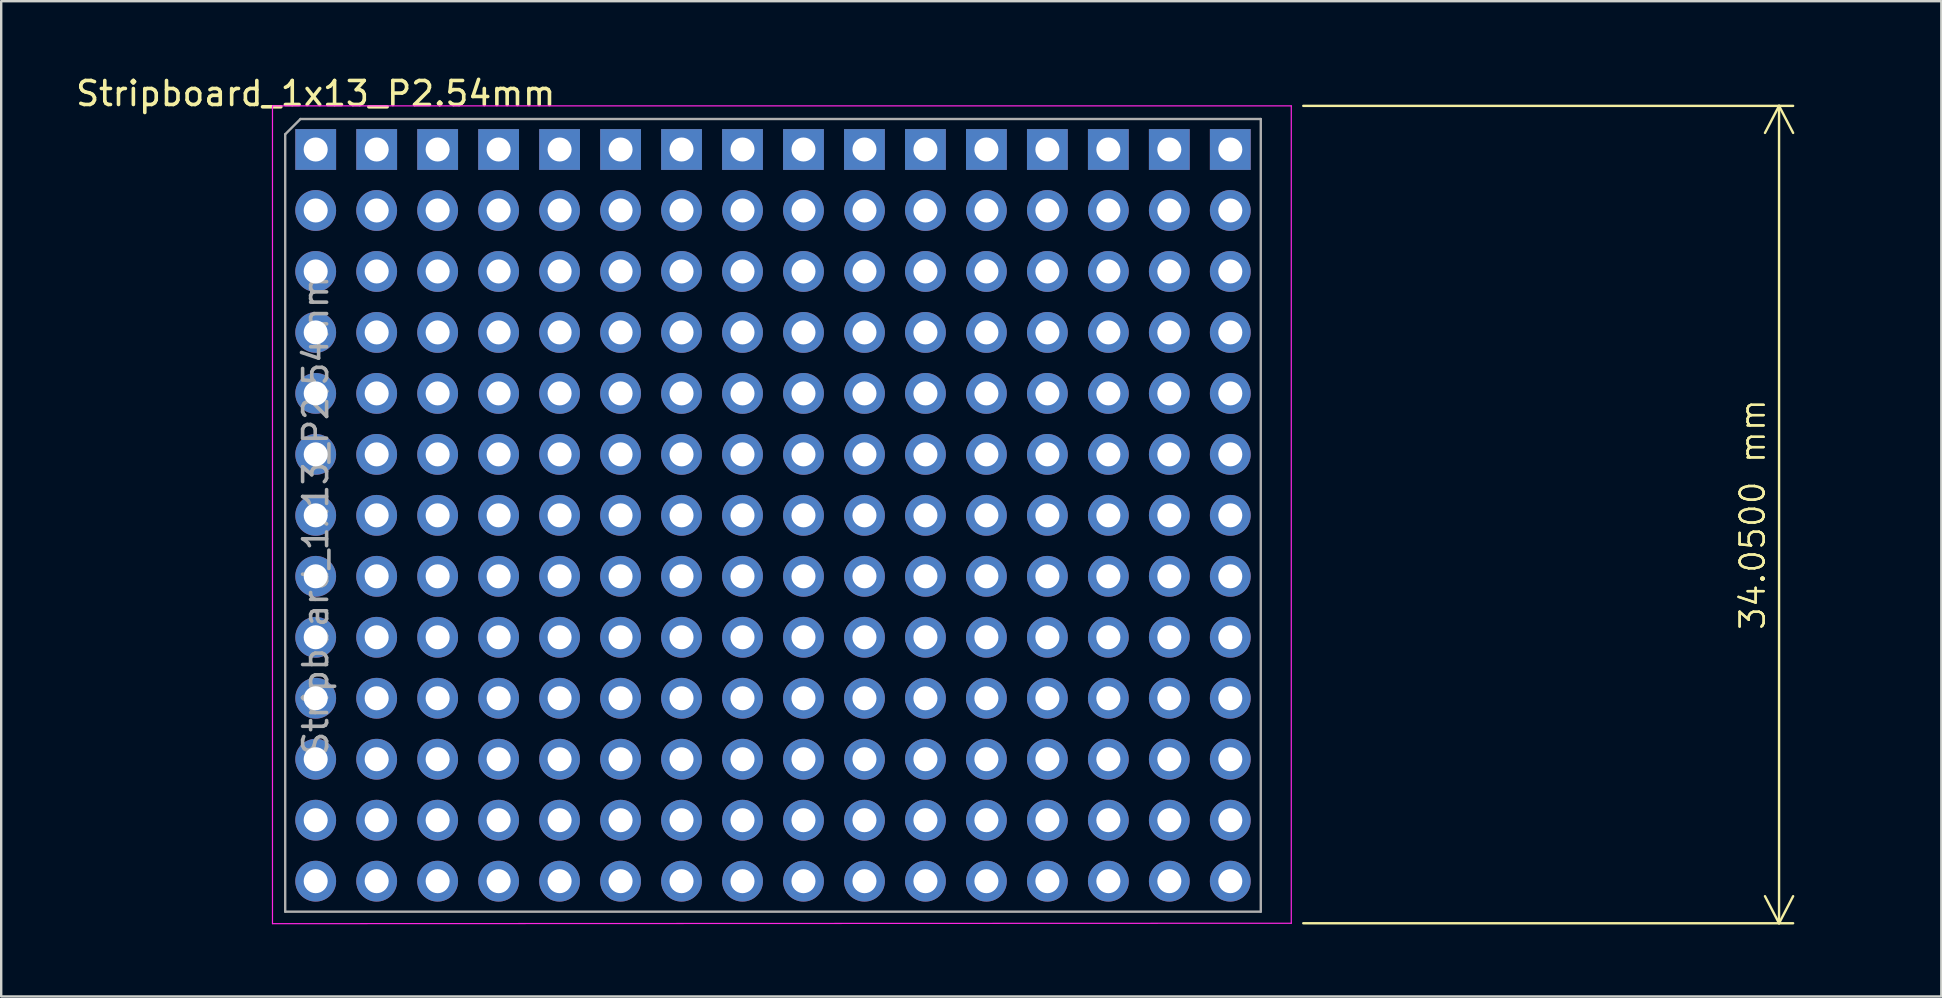
<source format=kicad_pcb>
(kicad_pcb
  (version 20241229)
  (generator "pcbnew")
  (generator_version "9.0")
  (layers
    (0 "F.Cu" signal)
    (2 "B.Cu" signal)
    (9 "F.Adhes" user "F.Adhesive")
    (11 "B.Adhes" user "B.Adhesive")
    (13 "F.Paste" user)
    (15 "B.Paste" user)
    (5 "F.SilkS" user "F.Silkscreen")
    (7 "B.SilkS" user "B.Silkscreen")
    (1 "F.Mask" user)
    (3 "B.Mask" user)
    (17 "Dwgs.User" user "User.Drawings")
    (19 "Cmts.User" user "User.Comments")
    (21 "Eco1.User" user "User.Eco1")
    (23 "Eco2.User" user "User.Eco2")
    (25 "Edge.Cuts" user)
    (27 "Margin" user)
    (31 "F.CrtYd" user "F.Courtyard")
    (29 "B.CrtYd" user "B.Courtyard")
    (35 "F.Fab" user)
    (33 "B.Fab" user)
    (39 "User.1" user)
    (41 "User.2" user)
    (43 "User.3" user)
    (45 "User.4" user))
  (footprint "Stripboard_1x13_P2.54mm"
    (layer "F.Cu")
    (at 10.101 3.178)
    (property "Reference" "Stripboard_1x13_P2.54mm" (at 0 -2.33 0) (layer "F.SilkS") (effects (font (size 1 1) (thickness 0.15))))
    (attr through_hole)
    (fp_line (start -1.8 -1.8) (end -1.8 32.25) (stroke (width 0.05) (type solid)) (layer "F.CrtYd"))
    (fp_line (start -1.8 32.25) (end 40.64 32.232) (stroke (width 0.05) (type solid)) (layer "F.CrtYd"))
    (fp_line (start 40.64 -1.818) (end -1.8 -1.818) (stroke (width 0.05) (type solid)) (layer "F.CrtYd"))
    (fp_line (start 40.64 32.232) (end 40.64 -1.818) (stroke (width 0.05) (type solid)) (layer "F.CrtYd"))
    (fp_line (start -1.27 -0.635) (end -0.635 -1.27) (stroke (width 0.1) (type solid)) (layer "F.Fab"))
    (fp_line (start -1.27 31.75) (end -1.27 -0.635) (stroke (width 0.1) (type solid)) (layer "F.Fab"))
    (fp_line (start -0.635 -1.27) (end 39.37 -1.27) (stroke (width 0.1) (type solid)) (layer "F.Fab"))
    (fp_line (start 39.37 -1.27) (end 39.37 31.75) (stroke (width 0.1) (type solid)) (layer "F.Fab"))
    (fp_line (start 39.37 31.75) (end -1.27 31.75) (stroke (width 0.1) (type solid)) (layer "F.Fab"))
    (fp_text user "${REFERENCE}" (at 0 15.24 90) (layer "F.Fab") (effects (font (size 1 1) (thickness 0.15))))
    (dimension (type aligned) (layer "F.SilkS") (pts (xy 50.741 1.36) (xy 50.741 35.41)) (height -20.32) (format (prefix "") (suffix "") (units 3) (units_format 1) (precision 4)) (style (thickness 0.1) (arrow_length 1.27) (text_position_mode 0) (arrow_direction outward) (extension_height 0.586) (extension_offset 0.5) (keep_text_aligned yes)) (gr_text "34.0500 mm" (at 69.961 18.385 90) (layer "F.SilkS") (effects (font (size 1 1) (thickness 0.1)))))
    (pad "1" thru_hole rect (at 0 0) (size 1.7 1.7) (drill 1) (layers "*.Cu" "*.Mask"))
    (pad "1" thru_hole rect (at 2.54 0) (size 1.7 1.7) (drill 1) (layers "*.Cu" "*.Mask"))
    (pad "1" thru_hole rect (at 5.08 0) (size 1.7 1.7) (drill 1) (layers "*.Cu" "*.Mask"))
    (pad "1" thru_hole rect (at 7.62 0) (size 1.7 1.7) (drill 1) (layers "*.Cu" "*.Mask"))
    (pad "1" thru_hole rect (at 10.16 0) (size 1.7 1.7) (drill 1) (layers "*.Cu" "*.Mask"))
    (pad "1" thru_hole rect (at 12.7 0) (size 1.7 1.7) (drill 1) (layers "*.Cu" "*.Mask"))
    (pad "1" thru_hole rect (at 15.24 0) (size 1.7 1.7) (drill 1) (layers "*.Cu" "*.Mask"))
    (pad "1" thru_hole rect (at 17.78 0) (size 1.7 1.7) (drill 1) (layers "*.Cu" "*.Mask"))
    (pad "1" thru_hole rect (at 20.32 0) (size 1.7 1.7) (drill 1) (layers "*.Cu" "*.Mask"))
    (pad "1" thru_hole rect (at 22.86 0) (size 1.7 1.7) (drill 1) (layers "*.Cu" "*.Mask"))
    (pad "1" thru_hole rect (at 25.4 0) (size 1.7 1.7) (drill 1) (layers "*.Cu" "*.Mask"))
    (pad "1" thru_hole rect (at 27.94 0) (size 1.7 1.7) (drill 1) (layers "*.Cu" "*.Mask"))
    (pad "1" thru_hole rect (at 30.48 0) (size 1.7 1.7) (drill 1) (layers "*.Cu" "*.Mask"))
    (pad "1" thru_hole rect (at 33.02 0) (size 1.7 1.7) (drill 1) (layers "*.Cu" "*.Mask"))
    (pad "1" thru_hole rect (at 35.56 0) (size 1.7 1.7) (drill 1) (layers "*.Cu" "*.Mask"))
    (pad "1" thru_hole rect (at 38.1 0) (size 1.7 1.7) (drill 1) (layers "*.Cu" "*.Mask"))
    (pad "2" thru_hole oval (at 0 2.54) (size 1.7 1.7) (drill 1) (layers "*.Cu" "*.Mask"))
    (pad "2" thru_hole oval (at 2.54 2.54) (size 1.7 1.7) (drill 1) (layers "*.Cu" "*.Mask"))
    (pad "2" thru_hole oval (at 5.08 2.54) (size 1.7 1.7) (drill 1) (layers "*.Cu" "*.Mask"))
    (pad "2" thru_hole oval (at 7.62 2.54) (size 1.7 1.7) (drill 1) (layers "*.Cu" "*.Mask"))
    (pad "2" thru_hole oval (at 10.16 2.54) (size 1.7 1.7) (drill 1) (layers "*.Cu" "*.Mask"))
    (pad "2" thru_hole oval (at 12.7 2.54) (size 1.7 1.7) (drill 1) (layers "*.Cu" "*.Mask"))
    (pad "2" thru_hole oval (at 15.24 2.54) (size 1.7 1.7) (drill 1) (layers "*.Cu" "*.Mask"))
    (pad "2" thru_hole oval (at 17.78 2.54) (size 1.7 1.7) (drill 1) (layers "*.Cu" "*.Mask"))
    (pad "2" thru_hole oval (at 20.32 2.54) (size 1.7 1.7) (drill 1) (layers "*.Cu" "*.Mask"))
    (pad "2" thru_hole oval (at 22.86 2.54) (size 1.7 1.7) (drill 1) (layers "*.Cu" "*.Mask"))
    (pad "2" thru_hole oval (at 25.4 2.54) (size 1.7 1.7) (drill 1) (layers "*.Cu" "*.Mask"))
    (pad "2" thru_hole oval (at 27.94 2.54) (size 1.7 1.7) (drill 1) (layers "*.Cu" "*.Mask"))
    (pad "2" thru_hole oval (at 30.48 2.54) (size 1.7 1.7) (drill 1) (layers "*.Cu" "*.Mask"))
    (pad "2" thru_hole oval (at 33.02 2.54) (size 1.7 1.7) (drill 1) (layers "*.Cu" "*.Mask"))
    (pad "2" thru_hole oval (at 35.56 2.54) (size 1.7 1.7) (drill 1) (layers "*.Cu" "*.Mask"))
    (pad "2" thru_hole oval (at 38.1 2.54) (size 1.7 1.7) (drill 1) (layers "*.Cu" "*.Mask"))
    (pad "3" thru_hole oval (at 0 5.08) (size 1.7 1.7) (drill 1) (layers "*.Cu" "*.Mask"))
    (pad "3" thru_hole oval (at 2.54 5.08) (size 1.7 1.7) (drill 1) (layers "*.Cu" "*.Mask"))
    (pad "3" thru_hole oval (at 5.08 5.08) (size 1.7 1.7) (drill 1) (layers "*.Cu" "*.Mask"))
    (pad "3" thru_hole oval (at 7.62 5.08) (size 1.7 1.7) (drill 1) (layers "*.Cu" "*.Mask"))
    (pad "3" thru_hole oval (at 10.16 5.08) (size 1.7 1.7) (drill 1) (layers "*.Cu" "*.Mask"))
    (pad "3" thru_hole oval (at 12.7 5.08) (size 1.7 1.7) (drill 1) (layers "*.Cu" "*.Mask"))
    (pad "3" thru_hole oval (at 15.24 5.08) (size 1.7 1.7) (drill 1) (layers "*.Cu" "*.Mask"))
    (pad "3" thru_hole oval (at 17.78 5.08) (size 1.7 1.7) (drill 1) (layers "*.Cu" "*.Mask"))
    (pad "3" thru_hole oval (at 20.32 5.08) (size 1.7 1.7) (drill 1) (layers "*.Cu" "*.Mask"))
    (pad "3" thru_hole oval (at 22.86 5.08) (size 1.7 1.7) (drill 1) (layers "*.Cu" "*.Mask"))
    (pad "3" thru_hole oval (at 25.4 5.08) (size 1.7 1.7) (drill 1) (layers "*.Cu" "*.Mask"))
    (pad "3" thru_hole oval (at 27.94 5.08) (size 1.7 1.7) (drill 1) (layers "*.Cu" "*.Mask"))
    (pad "3" thru_hole oval (at 30.48 5.08) (size 1.7 1.7) (drill 1) (layers "*.Cu" "*.Mask"))
    (pad "3" thru_hole oval (at 33.02 5.08) (size 1.7 1.7) (drill 1) (layers "*.Cu" "*.Mask"))
    (pad "3" thru_hole oval (at 35.56 5.08) (size 1.7 1.7) (drill 1) (layers "*.Cu" "*.Mask"))
    (pad "3" thru_hole oval (at 38.1 5.08) (size 1.7 1.7) (drill 1) (layers "*.Cu" "*.Mask"))
    (pad "4" thru_hole oval (at 0 7.62) (size 1.7 1.7) (drill 1) (layers "*.Cu" "*.Mask"))
    (pad "4" thru_hole oval (at 2.54 7.62) (size 1.7 1.7) (drill 1) (layers "*.Cu" "*.Mask"))
    (pad "4" thru_hole oval (at 5.08 7.62) (size 1.7 1.7) (drill 1) (layers "*.Cu" "*.Mask"))
    (pad "4" thru_hole oval (at 7.62 7.62) (size 1.7 1.7) (drill 1) (layers "*.Cu" "*.Mask"))
    (pad "4" thru_hole oval (at 10.16 7.62) (size 1.7 1.7) (drill 1) (layers "*.Cu" "*.Mask"))
    (pad "4" thru_hole oval (at 12.7 7.62) (size 1.7 1.7) (drill 1) (layers "*.Cu" "*.Mask"))
    (pad "4" thru_hole oval (at 15.24 7.62) (size 1.7 1.7) (drill 1) (layers "*.Cu" "*.Mask"))
    (pad "4" thru_hole oval (at 17.78 7.62) (size 1.7 1.7) (drill 1) (layers "*.Cu" "*.Mask"))
    (pad "4" thru_hole oval (at 20.32 7.62) (size 1.7 1.7) (drill 1) (layers "*.Cu" "*.Mask"))
    (pad "4" thru_hole oval (at 22.86 7.62) (size 1.7 1.7) (drill 1) (layers "*.Cu" "*.Mask"))
    (pad "4" thru_hole oval (at 25.4 7.62) (size 1.7 1.7) (drill 1) (layers "*.Cu" "*.Mask"))
    (pad "4" thru_hole oval (at 27.94 7.62) (size 1.7 1.7) (drill 1) (layers "*.Cu" "*.Mask"))
    (pad "4" thru_hole oval (at 30.48 7.62) (size 1.7 1.7) (drill 1) (layers "*.Cu" "*.Mask"))
    (pad "4" thru_hole oval (at 33.02 7.62) (size 1.7 1.7) (drill 1) (layers "*.Cu" "*.Mask"))
    (pad "4" thru_hole oval (at 35.56 7.62) (size 1.7 1.7) (drill 1) (layers "*.Cu" "*.Mask"))
    (pad "4" thru_hole oval (at 38.1 7.62) (size 1.7 1.7) (drill 1) (layers "*.Cu" "*.Mask"))
    (pad "5" thru_hole oval (at 0 10.16) (size 1.7 1.7) (drill 1) (layers "*.Cu" "*.Mask"))
    (pad "5" thru_hole oval (at 2.54 10.16) (size 1.7 1.7) (drill 1) (layers "*.Cu" "*.Mask"))
    (pad "5" thru_hole oval (at 5.08 10.16) (size 1.7 1.7) (drill 1) (layers "*.Cu" "*.Mask"))
    (pad "5" thru_hole oval (at 7.62 10.16) (size 1.7 1.7) (drill 1) (layers "*.Cu" "*.Mask"))
    (pad "5" thru_hole oval (at 10.16 10.16) (size 1.7 1.7) (drill 1) (layers "*.Cu" "*.Mask"))
    (pad "5" thru_hole oval (at 12.7 10.16) (size 1.7 1.7) (drill 1) (layers "*.Cu" "*.Mask"))
    (pad "5" thru_hole oval (at 15.24 10.16) (size 1.7 1.7) (drill 1) (layers "*.Cu" "*.Mask"))
    (pad "5" thru_hole oval (at 17.78 10.16) (size 1.7 1.7) (drill 1) (layers "*.Cu" "*.Mask"))
    (pad "5" thru_hole oval (at 20.32 10.16) (size 1.7 1.7) (drill 1) (layers "*.Cu" "*.Mask"))
    (pad "5" thru_hole oval (at 22.86 10.16) (size 1.7 1.7) (drill 1) (layers "*.Cu" "*.Mask"))
    (pad "5" thru_hole oval (at 25.4 10.16) (size 1.7 1.7) (drill 1) (layers "*.Cu" "*.Mask"))
    (pad "5" thru_hole oval (at 27.94 10.16) (size 1.7 1.7) (drill 1) (layers "*.Cu" "*.Mask"))
    (pad "5" thru_hole oval (at 30.48 10.16) (size 1.7 1.7) (drill 1) (layers "*.Cu" "*.Mask"))
    (pad "5" thru_hole oval (at 33.02 10.16) (size 1.7 1.7) (drill 1) (layers "*.Cu" "*.Mask"))
    (pad "5" thru_hole oval (at 35.56 10.16) (size 1.7 1.7) (drill 1) (layers "*.Cu" "*.Mask"))
    (pad "5" thru_hole oval (at 38.1 10.16) (size 1.7 1.7) (drill 1) (layers "*.Cu" "*.Mask"))
    (pad "6" thru_hole oval (at 0 12.7) (size 1.7 1.7) (drill 1) (layers "*.Cu" "*.Mask"))
    (pad "6" thru_hole oval (at 2.54 12.7) (size 1.7 1.7) (drill 1) (layers "*.Cu" "*.Mask"))
    (pad "6" thru_hole oval (at 5.08 12.7) (size 1.7 1.7) (drill 1) (layers "*.Cu" "*.Mask"))
    (pad "6" thru_hole oval (at 7.62 12.7) (size 1.7 1.7) (drill 1) (layers "*.Cu" "*.Mask"))
    (pad "6" thru_hole oval (at 10.16 12.7) (size 1.7 1.7) (drill 1) (layers "*.Cu" "*.Mask"))
    (pad "6" thru_hole oval (at 12.7 12.7) (size 1.7 1.7) (drill 1) (layers "*.Cu" "*.Mask"))
    (pad "6" thru_hole oval (at 15.24 12.7) (size 1.7 1.7) (drill 1) (layers "*.Cu" "*.Mask"))
    (pad "6" thru_hole oval (at 17.78 12.7) (size 1.7 1.7) (drill 1) (layers "*.Cu" "*.Mask"))
    (pad "6" thru_hole oval (at 20.32 12.7) (size 1.7 1.7) (drill 1) (layers "*.Cu" "*.Mask"))
    (pad "6" thru_hole oval (at 22.86 12.7) (size 1.7 1.7) (drill 1) (layers "*.Cu" "*.Mask"))
    (pad "6" thru_hole oval (at 25.4 12.7) (size 1.7 1.7) (drill 1) (layers "*.Cu" "*.Mask"))
    (pad "6" thru_hole oval (at 27.94 12.7) (size 1.7 1.7) (drill 1) (layers "*.Cu" "*.Mask"))
    (pad "6" thru_hole oval (at 30.48 12.7) (size 1.7 1.7) (drill 1) (layers "*.Cu" "*.Mask"))
    (pad "6" thru_hole oval (at 33.02 12.7) (size 1.7 1.7) (drill 1) (layers "*.Cu" "*.Mask"))
    (pad "6" thru_hole oval (at 35.56 12.7) (size 1.7 1.7) (drill 1) (layers "*.Cu" "*.Mask"))
    (pad "6" thru_hole oval (at 38.1 12.7) (size 1.7 1.7) (drill 1) (layers "*.Cu" "*.Mask"))
    (pad "7" thru_hole oval (at 0 15.24) (size 1.7 1.7) (drill 1) (layers "*.Cu" "*.Mask"))
    (pad "7" thru_hole oval (at 2.54 15.24) (size 1.7 1.7) (drill 1) (layers "*.Cu" "*.Mask"))
    (pad "7" thru_hole oval (at 5.08 15.24) (size 1.7 1.7) (drill 1) (layers "*.Cu" "*.Mask"))
    (pad "7" thru_hole oval (at 7.62 15.24) (size 1.7 1.7) (drill 1) (layers "*.Cu" "*.Mask"))
    (pad "7" thru_hole oval (at 10.16 15.24) (size 1.7 1.7) (drill 1) (layers "*.Cu" "*.Mask"))
    (pad "7" thru_hole oval (at 12.7 15.24) (size 1.7 1.7) (drill 1) (layers "*.Cu" "*.Mask"))
    (pad "7" thru_hole oval (at 15.24 15.24) (size 1.7 1.7) (drill 1) (layers "*.Cu" "*.Mask"))
    (pad "7" thru_hole oval (at 17.78 15.24) (size 1.7 1.7) (drill 1) (layers "*.Cu" "*.Mask"))
    (pad "7" thru_hole oval (at 20.32 15.24) (size 1.7 1.7) (drill 1) (layers "*.Cu" "*.Mask"))
    (pad "7" thru_hole oval (at 22.86 15.24) (size 1.7 1.7) (drill 1) (layers "*.Cu" "*.Mask"))
    (pad "7" thru_hole oval (at 25.4 15.24) (size 1.7 1.7) (drill 1) (layers "*.Cu" "*.Mask"))
    (pad "7" thru_hole oval (at 27.94 15.24) (size 1.7 1.7) (drill 1) (layers "*.Cu" "*.Mask"))
    (pad "7" thru_hole oval (at 30.48 15.24) (size 1.7 1.7) (drill 1) (layers "*.Cu" "*.Mask"))
    (pad "7" thru_hole oval (at 33.02 15.24) (size 1.7 1.7) (drill 1) (layers "*.Cu" "*.Mask"))
    (pad "7" thru_hole oval (at 35.56 15.24) (size 1.7 1.7) (drill 1) (layers "*.Cu" "*.Mask"))
    (pad "7" thru_hole oval (at 38.1 15.24) (size 1.7 1.7) (drill 1) (layers "*.Cu" "*.Mask"))
    (pad "8" thru_hole oval (at 0 17.78) (size 1.7 1.7) (drill 1) (layers "*.Cu" "*.Mask"))
    (pad "8" thru_hole oval (at 2.54 17.78) (size 1.7 1.7) (drill 1) (layers "*.Cu" "*.Mask"))
    (pad "8" thru_hole oval (at 5.08 17.78) (size 1.7 1.7) (drill 1) (layers "*.Cu" "*.Mask"))
    (pad "8" thru_hole oval (at 7.62 17.78) (size 1.7 1.7) (drill 1) (layers "*.Cu" "*.Mask"))
    (pad "8" thru_hole oval (at 10.16 17.78) (size 1.7 1.7) (drill 1) (layers "*.Cu" "*.Mask"))
    (pad "8" thru_hole oval (at 12.7 17.78) (size 1.7 1.7) (drill 1) (layers "*.Cu" "*.Mask"))
    (pad "8" thru_hole oval (at 15.24 17.78) (size 1.7 1.7) (drill 1) (layers "*.Cu" "*.Mask"))
    (pad "8" thru_hole oval (at 17.78 17.78) (size 1.7 1.7) (drill 1) (layers "*.Cu" "*.Mask"))
    (pad "8" thru_hole oval (at 20.32 17.78) (size 1.7 1.7) (drill 1) (layers "*.Cu" "*.Mask"))
    (pad "8" thru_hole oval (at 22.86 17.78) (size 1.7 1.7) (drill 1) (layers "*.Cu" "*.Mask"))
    (pad "8" thru_hole oval (at 25.4 17.78) (size 1.7 1.7) (drill 1) (layers "*.Cu" "*.Mask"))
    (pad "8" thru_hole oval (at 27.94 17.78) (size 1.7 1.7) (drill 1) (layers "*.Cu" "*.Mask"))
    (pad "8" thru_hole oval (at 30.48 17.78) (size 1.7 1.7) (drill 1) (layers "*.Cu" "*.Mask"))
    (pad "8" thru_hole oval (at 33.02 17.78) (size 1.7 1.7) (drill 1) (layers "*.Cu" "*.Mask"))
    (pad "8" thru_hole oval (at 35.56 17.78) (size 1.7 1.7) (drill 1) (layers "*.Cu" "*.Mask"))
    (pad "8" thru_hole oval (at 38.1 17.78) (size 1.7 1.7) (drill 1) (layers "*.Cu" "*.Mask"))
    (pad "9" thru_hole oval (at 0 20.32) (size 1.7 1.7) (drill 1) (layers "*.Cu" "*.Mask"))
    (pad "9" thru_hole oval (at 2.54 20.32) (size 1.7 1.7) (drill 1) (layers "*.Cu" "*.Mask"))
    (pad "9" thru_hole oval (at 5.08 20.32) (size 1.7 1.7) (drill 1) (layers "*.Cu" "*.Mask"))
    (pad "9" thru_hole oval (at 7.62 20.32) (size 1.7 1.7) (drill 1) (layers "*.Cu" "*.Mask"))
    (pad "9" thru_hole oval (at 10.16 20.32) (size 1.7 1.7) (drill 1) (layers "*.Cu" "*.Mask"))
    (pad "9" thru_hole oval (at 12.7 20.32) (size 1.7 1.7) (drill 1) (layers "*.Cu" "*.Mask"))
    (pad "9" thru_hole oval (at 15.24 20.32) (size 1.7 1.7) (drill 1) (layers "*.Cu" "*.Mask"))
    (pad "9" thru_hole oval (at 17.78 20.32) (size 1.7 1.7) (drill 1) (layers "*.Cu" "*.Mask"))
    (pad "9" thru_hole oval (at 20.32 20.32) (size 1.7 1.7) (drill 1) (layers "*.Cu" "*.Mask"))
    (pad "9" thru_hole oval (at 22.86 20.32) (size 1.7 1.7) (drill 1) (layers "*.Cu" "*.Mask"))
    (pad "9" thru_hole oval (at 25.4 20.32) (size 1.7 1.7) (drill 1) (layers "*.Cu" "*.Mask"))
    (pad "9" thru_hole oval (at 27.94 20.32) (size 1.7 1.7) (drill 1) (layers "*.Cu" "*.Mask"))
    (pad "9" thru_hole oval (at 30.48 20.32) (size 1.7 1.7) (drill 1) (layers "*.Cu" "*.Mask"))
    (pad "9" thru_hole oval (at 33.02 20.32) (size 1.7 1.7) (drill 1) (layers "*.Cu" "*.Mask"))
    (pad "9" thru_hole oval (at 35.56 20.32) (size 1.7 1.7) (drill 1) (layers "*.Cu" "*.Mask"))
    (pad "9" thru_hole oval (at 38.1 20.32) (size 1.7 1.7) (drill 1) (layers "*.Cu" "*.Mask"))
    (pad "10" thru_hole oval (at 0 22.86) (size 1.7 1.7) (drill 1) (layers "*.Cu" "*.Mask"))
    (pad "10" thru_hole oval (at 2.54 22.86) (size 1.7 1.7) (drill 1) (layers "*.Cu" "*.Mask"))
    (pad "10" thru_hole oval (at 5.08 22.86) (size 1.7 1.7) (drill 1) (layers "*.Cu" "*.Mask"))
    (pad "10" thru_hole oval (at 7.62 22.86) (size 1.7 1.7) (drill 1) (layers "*.Cu" "*.Mask"))
    (pad "10" thru_hole oval (at 10.16 22.86) (size 1.7 1.7) (drill 1) (layers "*.Cu" "*.Mask"))
    (pad "10" thru_hole oval (at 12.7 22.86) (size 1.7 1.7) (drill 1) (layers "*.Cu" "*.Mask"))
    (pad "10" thru_hole oval (at 15.24 22.86) (size 1.7 1.7) (drill 1) (layers "*.Cu" "*.Mask"))
    (pad "10" thru_hole oval (at 17.78 22.86) (size 1.7 1.7) (drill 1) (layers "*.Cu" "*.Mask"))
    (pad "10" thru_hole oval (at 20.32 22.86) (size 1.7 1.7) (drill 1) (layers "*.Cu" "*.Mask"))
    (pad "10" thru_hole oval (at 22.86 22.86) (size 1.7 1.7) (drill 1) (layers "*.Cu" "*.Mask"))
    (pad "10" thru_hole oval (at 25.4 22.86) (size 1.7 1.7) (drill 1) (layers "*.Cu" "*.Mask"))
    (pad "10" thru_hole oval (at 27.94 22.86) (size 1.7 1.7) (drill 1) (layers "*.Cu" "*.Mask"))
    (pad "10" thru_hole oval (at 30.48 22.86) (size 1.7 1.7) (drill 1) (layers "*.Cu" "*.Mask"))
    (pad "10" thru_hole oval (at 33.02 22.86) (size 1.7 1.7) (drill 1) (layers "*.Cu" "*.Mask"))
    (pad "10" thru_hole oval (at 35.56 22.86) (size 1.7 1.7) (drill 1) (layers "*.Cu" "*.Mask"))
    (pad "10" thru_hole oval (at 38.1 22.86) (size 1.7 1.7) (drill 1) (layers "*.Cu" "*.Mask"))
    (pad "11" thru_hole oval (at 0 25.4) (size 1.7 1.7) (drill 1) (layers "*.Cu" "*.Mask"))
    (pad "11" thru_hole oval (at 2.54 25.4) (size 1.7 1.7) (drill 1) (layers "*.Cu" "*.Mask"))
    (pad "11" thru_hole oval (at 5.08 25.4) (size 1.7 1.7) (drill 1) (layers "*.Cu" "*.Mask"))
    (pad "11" thru_hole oval (at 7.62 25.4) (size 1.7 1.7) (drill 1) (layers "*.Cu" "*.Mask"))
    (pad "11" thru_hole oval (at 10.16 25.4) (size 1.7 1.7) (drill 1) (layers "*.Cu" "*.Mask"))
    (pad "11" thru_hole oval (at 12.7 25.4) (size 1.7 1.7) (drill 1) (layers "*.Cu" "*.Mask"))
    (pad "11" thru_hole oval (at 15.24 25.4) (size 1.7 1.7) (drill 1) (layers "*.Cu" "*.Mask"))
    (pad "11" thru_hole oval (at 17.78 25.4) (size 1.7 1.7) (drill 1) (layers "*.Cu" "*.Mask"))
    (pad "11" thru_hole oval (at 20.32 25.4) (size 1.7 1.7) (drill 1) (layers "*.Cu" "*.Mask"))
    (pad "11" thru_hole oval (at 22.86 25.4) (size 1.7 1.7) (drill 1) (layers "*.Cu" "*.Mask"))
    (pad "11" thru_hole oval (at 25.4 25.4) (size 1.7 1.7) (drill 1) (layers "*.Cu" "*.Mask"))
    (pad "11" thru_hole oval (at 27.94 25.4) (size 1.7 1.7) (drill 1) (layers "*.Cu" "*.Mask"))
    (pad "11" thru_hole oval (at 30.48 25.4) (size 1.7 1.7) (drill 1) (layers "*.Cu" "*.Mask"))
    (pad "11" thru_hole oval (at 33.02 25.4) (size 1.7 1.7) (drill 1) (layers "*.Cu" "*.Mask"))
    (pad "11" thru_hole oval (at 35.56 25.4) (size 1.7 1.7) (drill 1) (layers "*.Cu" "*.Mask"))
    (pad "11" thru_hole oval (at 38.1 25.4) (size 1.7 1.7) (drill 1) (layers "*.Cu" "*.Mask"))
    (pad "12" thru_hole oval (at 0 27.94) (size 1.7 1.7) (drill 1) (layers "*.Cu" "*.Mask"))
    (pad "12" thru_hole oval (at 2.54 27.94) (size 1.7 1.7) (drill 1) (layers "*.Cu" "*.Mask"))
    (pad "12" thru_hole oval (at 5.08 27.94) (size 1.7 1.7) (drill 1) (layers "*.Cu" "*.Mask"))
    (pad "12" thru_hole oval (at 7.62 27.94) (size 1.7 1.7) (drill 1) (layers "*.Cu" "*.Mask"))
    (pad "12" thru_hole oval (at 10.16 27.94) (size 1.7 1.7) (drill 1) (layers "*.Cu" "*.Mask"))
    (pad "12" thru_hole oval (at 12.7 27.94) (size 1.7 1.7) (drill 1) (layers "*.Cu" "*.Mask"))
    (pad "12" thru_hole oval (at 15.24 27.94) (size 1.7 1.7) (drill 1) (layers "*.Cu" "*.Mask"))
    (pad "12" thru_hole oval (at 17.78 27.94) (size 1.7 1.7) (drill 1) (layers "*.Cu" "*.Mask"))
    (pad "12" thru_hole oval (at 20.32 27.94) (size 1.7 1.7) (drill 1) (layers "*.Cu" "*.Mask"))
    (pad "12" thru_hole oval (at 22.86 27.94) (size 1.7 1.7) (drill 1) (layers "*.Cu" "*.Mask"))
    (pad "12" thru_hole oval (at 25.4 27.94) (size 1.7 1.7) (drill 1) (layers "*.Cu" "*.Mask"))
    (pad "12" thru_hole oval (at 27.94 27.94) (size 1.7 1.7) (drill 1) (layers "*.Cu" "*.Mask"))
    (pad "12" thru_hole oval (at 30.48 27.94) (size 1.7 1.7) (drill 1) (layers "*.Cu" "*.Mask"))
    (pad "12" thru_hole oval (at 33.02 27.94) (size 1.7 1.7) (drill 1) (layers "*.Cu" "*.Mask"))
    (pad "12" thru_hole oval (at 35.56 27.94) (size 1.7 1.7) (drill 1) (layers "*.Cu" "*.Mask"))
    (pad "12" thru_hole oval (at 38.1 27.94) (size 1.7 1.7) (drill 1) (layers "*.Cu" "*.Mask"))
    (pad "13" thru_hole oval (at 0 30.48) (size 1.7 1.7) (drill 1) (layers "*.Cu" "*.Mask"))
    (pad "13" thru_hole oval (at 2.54 30.48) (size 1.7 1.7) (drill 1) (layers "*.Cu" "*.Mask"))
    (pad "13" thru_hole oval (at 5.08 30.48) (size 1.7 1.7) (drill 1) (layers "*.Cu" "*.Mask"))
    (pad "13" thru_hole oval (at 7.62 30.48) (size 1.7 1.7) (drill 1) (layers "*.Cu" "*.Mask"))
    (pad "13" thru_hole oval (at 10.16 30.48) (size 1.7 1.7) (drill 1) (layers "*.Cu" "*.Mask"))
    (pad "13" thru_hole oval (at 12.7 30.48) (size 1.7 1.7) (drill 1) (layers "*.Cu" "*.Mask"))
    (pad "13" thru_hole oval (at 15.24 30.48) (size 1.7 1.7) (drill 1) (layers "*.Cu" "*.Mask"))
    (pad "13" thru_hole oval (at 17.78 30.48) (size 1.7 1.7) (drill 1) (layers "*.Cu" "*.Mask"))
    (pad "13" thru_hole oval (at 20.32 30.48) (size 1.7 1.7) (drill 1) (layers "*.Cu" "*.Mask"))
    (pad "13" thru_hole oval (at 22.86 30.48) (size 1.7 1.7) (drill 1) (layers "*.Cu" "*.Mask"))
    (pad "13" thru_hole oval (at 25.4 30.48) (size 1.7 1.7) (drill 1) (layers "*.Cu" "*.Mask"))
    (pad "13" thru_hole oval (at 27.94 30.48) (size 1.7 1.7) (drill 1) (layers "*.Cu" "*.Mask"))
    (pad "13" thru_hole oval (at 30.48 30.48) (size 1.7 1.7) (drill 1) (layers "*.Cu" "*.Mask"))
    (pad "13" thru_hole oval (at 33.02 30.48) (size 1.7 1.7) (drill 1) (layers "*.Cu" "*.Mask"))
    (pad "13" thru_hole oval (at 35.56 30.48) (size 1.7 1.7) (drill 1) (layers "*.Cu" "*.Mask"))
    (pad "13" thru_hole oval (at 38.1 30.48) (size 1.7 1.7) (drill 1) (layers "*.Cu" "*.Mask")))
  (gr_rect
    (start -3 -3)
    (end 77.821 38.46)
    (stroke (width 0.1) (type default))
    (fill no)
    (layer "Edge.Cuts")))
</source>
